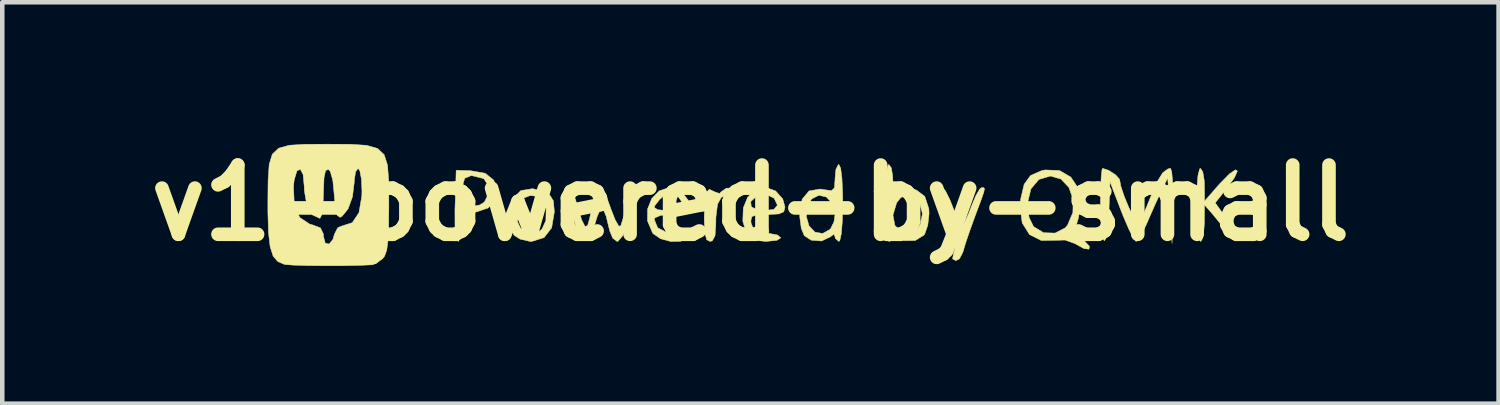
<source format=kicad_pcb>
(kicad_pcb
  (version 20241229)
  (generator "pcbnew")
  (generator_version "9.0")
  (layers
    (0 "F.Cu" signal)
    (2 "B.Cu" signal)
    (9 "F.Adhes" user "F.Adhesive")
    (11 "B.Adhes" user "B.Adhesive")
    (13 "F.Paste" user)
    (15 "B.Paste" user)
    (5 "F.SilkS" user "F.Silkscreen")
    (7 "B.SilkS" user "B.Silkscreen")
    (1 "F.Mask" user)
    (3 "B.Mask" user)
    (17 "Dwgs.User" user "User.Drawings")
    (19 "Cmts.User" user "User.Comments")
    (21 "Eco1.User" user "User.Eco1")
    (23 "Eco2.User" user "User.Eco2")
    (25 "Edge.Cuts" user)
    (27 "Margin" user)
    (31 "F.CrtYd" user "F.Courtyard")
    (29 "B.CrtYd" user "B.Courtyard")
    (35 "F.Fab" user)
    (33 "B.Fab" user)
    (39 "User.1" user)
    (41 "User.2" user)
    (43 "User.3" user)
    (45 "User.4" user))
  (footprint "v1-powered-by-small"
    (layer "F.Cu")
    (at 13.469 1.418)
    (property "Reference" "v1-powered-by-small" (at 0 0 0) (layer "F.SilkS") (effects (font (size 1.524 1.524) (thickness 0.3))))
    (attr through_hole)
    (fp_poly (pts (xy -0.339 -0.256) (xy -0.339 -0.254) (xy -0.409 -0.184) (xy -0.499 -0.169) (xy -0.64 -0.125) (xy -0.723 0.026) (xy -0.759 0.308) (xy -0.762 0.473) (xy -0.779 0.721) (xy -0.838 0.833) (xy -0.889 0.847) (xy -0.961 0.809) (xy -1.001 0.676) (xy -1.015 0.414) (xy -1.016 0.31) (xy -1.006 -0.039) (xy -0.97 -0.237) (xy -0.903 -0.301) (xy -0.798 -0.249) (xy -0.681 -0.208) (xy -0.638 -0.25) (xy -0.53 -0.326) (xy -0.402 -0.328) (xy -0.339 -0.256)) (stroke (width 0.01) (type solid)) (fill yes) (layer "F.SilkS"))
    (fp_poly (pts (xy -4.584 -0.259) (xy -4.413 -0.169) (xy -4.337 -0.046) (xy -4.318 0.173) (xy -4.318 0.209) (xy -4.375 0.547) (xy -4.542 0.762) (xy -4.811 0.846) (xy -4.848 0.847) (xy -5.071 0.795) (xy -5.205 0.709) (xy -5.307 0.497) (xy -5.317 0.225) (xy -5.291 0.127) (xy -5.163 0.127) (xy -5.156 0.353) (xy -5.061 0.553) (xy -4.896 0.668) (xy -4.826 0.677) (xy -4.648 0.621) (xy -4.589 0.576) (xy -4.503 0.388) (xy -4.497 0.13) (xy -4.539 -0.035) (xy -4.657 -0.142) (xy -4.847 -0.163) (xy -5.031 -0.095) (xy -5.063 -0.068) (xy -5.163 0.127) (xy -5.291 0.127) (xy -5.235 -0.089) (xy -5.054 -0.273) (xy -4.793 -0.315) (xy -4.584 -0.259)) (stroke (width 0.01) (type solid)) (fill yes) (layer "F.SilkS"))
    (fp_poly (pts (xy 9.958 -0.687) (xy 9.99 -0.497) (xy 9.994 -0.402) (xy 9.998 -0.042) (xy 10.329 -0.42) (xy 10.545 -0.64) (xy 10.679 -0.731) (xy 10.72 -0.701) (xy 10.654 -0.554) (xy 10.503 -0.344) (xy 10.232 -0.002) (xy 10.507 0.38) (xy 10.646 0.599) (xy 10.718 0.765) (xy 10.715 0.825) (xy 10.629 0.81) (xy 10.513 0.683) (xy 10.511 0.68) (xy 10.349 0.459) (xy 10.184 0.257) (xy 9.996 0.042) (xy 9.993 0.445) (xy 9.976 0.679) (xy 9.934 0.824) (xy 9.906 0.847) (xy 9.866 0.766) (xy 9.837 0.543) (xy 9.823 0.203) (xy 9.821 0.042) (xy 9.83 -0.337) (xy 9.853 -0.61) (xy 9.889 -0.749) (xy 9.906 -0.762) (xy 9.958 -0.687)) (stroke (width 0.01) (type solid)) (fill yes) (layer "F.SilkS"))
    (fp_poly (pts (xy -6.161 -0.71) (xy -5.836 -0.653) (xy -5.648 -0.501) (xy -5.588 -0.254) (xy -5.63 -0.032) (xy -5.776 0.111) (xy -6.057 0.205) (xy -6.075 0.209) (xy -6.263 0.27) (xy -6.338 0.383) (xy -6.35 0.557) (xy -6.373 0.75) (xy -6.428 0.845) (xy -6.438 0.847) (xy -6.481 0.765) (xy -6.503 0.527) (xy -6.504 0.145) (xy -6.501 0.064) (xy -6.491 -0.254) (xy -6.35 -0.254) (xy -6.338 -0.035) (xy -6.282 0.062) (xy -6.158 0.085) (xy -6.155 0.085) (xy -5.956 0.043) (xy -5.859 -0.017) (xy -5.771 -0.189) (xy -5.773 -0.385) (xy -5.861 -0.525) (xy -5.891 -0.541) (xy -6.144 -0.604) (xy -6.289 -0.544) (xy -6.347 -0.347) (xy -6.35 -0.254) (xy -6.491 -0.254) (xy -6.477 -0.72) (xy -6.161 -0.71)) (stroke (width 0.01) (type solid)) (fill yes) (layer "F.SilkS"))
    (fp_poly (pts (xy 5.134 -0.338) (xy 5.153 -0.315) (xy 5.138 -0.238) (xy 5.081 -0.073) (xy 4.975 0.211) (xy 4.943 0.297) (xy 4.828 0.614) (xy 4.734 0.892) (xy 4.681 1.072) (xy 4.679 1.079) (xy 4.603 1.228) (xy 4.522 1.27) (xy 4.45 1.231) (xy 4.476 1.09) (xy 4.486 1.061) (xy 4.515 0.891) (xy 4.479 0.663) (xy 4.371 0.333) (xy 4.357 0.297) (xy 4.24 -0.018) (xy 4.176 -0.207) (xy 4.159 -0.301) (xy 4.181 -0.335) (xy 4.225 -0.339) (xy 4.294 -0.266) (xy 4.388 -0.079) (xy 4.453 0.085) (xy 4.547 0.321) (xy 4.625 0.475) (xy 4.657 0.508) (xy 4.711 0.435) (xy 4.797 0.249) (xy 4.86 0.085) (xy 4.958 -0.152) (xy 5.047 -0.306) (xy 5.089 -0.339) (xy 5.134 -0.338)) (stroke (width 0.01) (type solid)) (fill yes) (layer "F.SilkS"))
    (fp_poly (pts (xy 0.554 -0.265) (xy 0.711 -0.09) (xy 0.762 0.091) (xy 0.735 0.193) (xy 0.628 0.241) (xy 0.396 0.254) (xy 0.375 0.254) (xy 0.139 0.262) (xy 0.031 0.301) (xy 0.01 0.392) (xy 0.015 0.445) (xy 0.069 0.578) (xy 0.214 0.643) (xy 0.36 0.661) (xy 0.595 0.705) (xy 0.669 0.767) (xy 0.584 0.822) (xy 0.343 0.847) (xy 0.342 0.847) (xy 0.082 0.817) (xy -0.062 0.716) (xy -0.082 0.683) (xy -0.167 0.402) (xy -0.157 0.11) (xy -0.1 -0.03) (xy 0.006 -0.03) (xy 0.02 0.086) (xy 0.173 0.159) (xy 0.296 0.169) (xy 0.518 0.141) (xy 0.593 0.051) (xy 0.593 0.045) (xy 0.522 -0.104) (xy 0.356 -0.186) (xy 0.168 -0.169) (xy 0.146 -0.158) (xy 0.006 -0.03) (xy -0.1 -0.03) (xy -0.059 -0.129) (xy 0.019 -0.207) (xy 0.214 -0.307) (xy 0.351 -0.339) (xy 0.554 -0.265)) (stroke (width 0.01) (type solid)) (fill yes) (layer "F.SilkS"))
    (fp_poly (pts (xy -1.575 -0.279) (xy -1.506 -0.233) (xy -1.373 -0.066) (xy -1.315 0.064) (xy -1.294 0.176) (xy -1.343 0.232) (xy -1.498 0.252) (xy -1.688 0.254) (xy -1.973 0.272) (xy -2.104 0.328) (xy -2.117 0.364) (xy -2.041 0.546) (xy -1.833 0.654) (xy -1.629 0.677) (xy -1.446 0.698) (xy -1.393 0.754) (xy -1.397 0.762) (xy -1.534 0.843) (xy -1.749 0.849) (xy -1.975 0.789) (xy -2.143 0.674) (xy -2.154 0.658) (xy -2.266 0.395) (xy -2.264 0.133) (xy -2.25 0.098) (xy -2.117 0.098) (xy -2.045 0.147) (xy -1.876 0.167) (xy -1.68 0.159) (xy -1.526 0.122) (xy -1.486 0.091) (xy -1.503 -0.014) (xy -1.599 -0.15) (xy -1.717 -0.244) (xy -1.756 -0.254) (xy -1.864 -0.197) (xy -2.002 -0.072) (xy -2.102 0.056) (xy -2.117 0.098) (xy -2.25 0.098) (xy -2.171 -0.098) (xy -2.009 -0.265) (xy -1.803 -0.336) (xy -1.575 -0.279)) (stroke (width 0.01) (type solid)) (fill yes) (layer "F.SilkS"))
    (fp_poly (pts (xy 1.987 -0.766) (xy 2.015 -0.541) (xy 2.03 -0.195) (xy 2.032 0) (xy 2.024 0.393) (xy 2.001 0.678) (xy 1.967 0.829) (xy 1.947 0.847) (xy 1.868 0.78) (xy 1.863 0.745) (xy 1.838 0.686) (xy 1.761 0.745) (xy 1.566 0.837) (xy 1.338 0.819) (xy 1.186 0.72) (xy 1.12 0.559) (xy 1.087 0.313) (xy 1.087 0.294) (xy 1.23 0.294) (xy 1.29 0.504) (xy 1.42 0.641) (xy 1.59 0.672) (xy 1.761 0.576) (xy 1.839 0.417) (xy 1.863 0.254) (xy 1.809 0.018) (xy 1.676 -0.129) (xy 1.509 -0.17) (xy 1.35 -0.09) (xy 1.27 0.042) (xy 1.23 0.294) (xy 1.087 0.294) (xy 1.086 0.236) (xy 1.14 -0.083) (xy 1.291 -0.265) (xy 1.537 -0.307) (xy 1.628 -0.292) (xy 1.784 -0.271) (xy 1.849 -0.331) (xy 1.863 -0.513) (xy 1.863 -0.544) (xy 1.883 -0.742) (xy 1.935 -0.843) (xy 1.947 -0.847) (xy 1.987 -0.766)) (stroke (width 0.01) (type solid)) (fill yes) (layer "F.SilkS"))
    (fp_poly (pts (xy 3.103 -0.772) (xy 3.132 -0.588) (xy 3.133 -0.544) (xy 3.143 -0.345) (xy 3.2 -0.273) (xy 3.343 -0.287) (xy 3.367 -0.292) (xy 3.647 -0.289) (xy 3.838 -0.146) (xy 3.928 0.126) (xy 3.933 0.235) (xy 3.905 0.488) (xy 3.837 0.684) (xy 3.819 0.709) (xy 3.629 0.826) (xy 3.398 0.831) (xy 3.234 0.745) (xy 3.15 0.686) (xy 3.133 0.745) (xy 3.077 0.84) (xy 3.048 0.847) (xy 3.009 0.766) (xy 2.98 0.541) (xy 2.968 0.265) (xy 3.138 0.265) (xy 3.18 0.494) (xy 3.329 0.643) (xy 3.49 0.677) (xy 3.636 0.607) (xy 3.741 0.466) (xy 3.787 0.237) (xy 3.736 0.035) (xy 3.618 -0.111) (xy 3.466 -0.172) (xy 3.311 -0.12) (xy 3.22 -0.006) (xy 3.138 0.265) (xy 2.968 0.265) (xy 2.965 0.195) (xy 2.963 0) (xy 2.971 -0.393) (xy 2.994 -0.678) (xy 3.028 -0.829) (xy 3.048 -0.847) (xy 3.103 -0.772)) (stroke (width 0.01) (type solid)) (fill yes) (layer "F.SilkS"))
    (fp_poly (pts (xy 6.802 -0.715) (xy 7.053 -0.57) (xy 7.219 -0.322) (xy 7.279 -0.004) (xy 7.215 0.356) (xy 7.207 0.376) (xy 7.154 0.561) (xy 7.194 0.687) (xy 7.343 0.825) (xy 7.463 0.954) (xy 7.453 1.017) (xy 7.342 1.004) (xy 7.16 0.904) (xy 7.149 0.896) (xy 6.926 0.816) (xy 6.755 0.821) (xy 6.404 0.826) (xy 6.143 0.695) (xy 5.983 0.439) (xy 5.937 0.076) (xy 6.096 0.076) (xy 6.136 0.323) (xy 6.232 0.518) (xy 6.236 0.522) (xy 6.454 0.655) (xy 6.707 0.663) (xy 6.928 0.549) (xy 6.98 0.489) (xy 7.099 0.21) (xy 7.104 -0.081) (xy 7.011 -0.342) (xy 6.835 -0.527) (xy 6.604 -0.593) (xy 6.35 -0.518) (xy 6.175 -0.309) (xy 6.098 0.007) (xy 6.096 0.076) (xy 5.937 0.076) (xy 5.937 0.073) (xy 5.95 -0.09) (xy 6.026 -0.411) (xy 6.167 -0.605) (xy 6.407 -0.71) (xy 6.486 -0.727) (xy 6.802 -0.715)) (stroke (width 0.01) (type solid)) (fill yes) (layer "F.SilkS"))
    (fp_poly (pts (xy 7.888 -0.718) (xy 8.038 -0.62) (xy 8.125 -0.523) (xy 8.128 -0.508) (xy 8.157 -0.359) (xy 8.23 -0.143) (xy 8.327 0.092) (xy 8.427 0.3) (xy 8.509 0.432) (xy 8.547 0.452) (xy 8.609 0.341) (xy 8.707 0.121) (xy 8.808 -0.127) (xy 8.953 -0.465) (xy 9.076 -0.665) (xy 9.194 -0.751) (xy 9.25 -0.761) (xy 9.275 -0.683) (xy 9.293 -0.472) (xy 9.299 -0.164) (xy 9.298 0.064) (xy 9.282 0.889) (xy 9.234 0.169) (xy 9.186 -0.55) (xy 9.042 -0.254) (xy 8.919 0.01) (xy 8.78 0.326) (xy 8.729 0.445) (xy 8.621 0.672) (xy 8.528 0.818) (xy 8.491 0.847) (xy 8.43 0.773) (xy 8.331 0.578) (xy 8.21 0.297) (xy 8.168 0.191) (xy 7.916 -0.466) (xy 7.892 0.191) (xy 7.866 0.566) (xy 7.829 0.778) (xy 7.788 0.833) (xy 7.749 0.737) (xy 7.719 0.494) (xy 7.705 0.11) (xy 7.705 0.042) (xy 7.709 -0.303) (xy 7.722 -0.575) (xy 7.74 -0.735) (xy 7.753 -0.762) (xy 7.888 -0.718)) (stroke (width 0.01) (type solid)) (fill yes) (layer "F.SilkS"))
    (fp_poly (pts (xy -3.928 -0.264) (xy -3.85 -0.075) (xy -3.809 0.064) (xy -3.715 0.371) (xy -3.642 0.515) (xy -3.584 0.499) (xy -3.536 0.327) (xy -3.527 0.278) (xy -3.463 0.02) (xy -3.372 -0.186) (xy -3.358 -0.207) (xy -3.29 -0.281) (xy -3.233 -0.266) (xy -3.167 -0.137) (xy -3.072 0.128) (xy -3.07 0.134) (xy -2.975 0.375) (xy -2.898 0.508) (xy -2.856 0.508) (xy -2.807 0.353) (xy -2.734 0.11) (xy -2.702 0) (xy -2.633 -0.212) (xy -2.59 -0.273) (xy -2.561 -0.197) (xy -2.559 -0.185) (xy -2.567 0.009) (xy -2.625 0.261) (xy -2.715 0.519) (xy -2.818 0.73) (xy -2.913 0.841) (xy -2.936 0.847) (xy -3.031 0.774) (xy -3.097 0.614) (xy -3.175 0.294) (xy -3.24 0.137) (xy -3.302 0.139) (xy -3.372 0.296) (xy -3.43 0.487) (xy -3.523 0.711) (xy -3.632 0.826) (xy -3.73 0.811) (xy -3.767 0.748) (xy -3.828 0.565) (xy -3.905 0.314) (xy -3.981 0.053) (xy -4.039 -0.162) (xy -4.063 -0.274) (xy -4.063 -0.275) (xy -4.001 -0.338) (xy -3.99 -0.339) (xy -3.928 -0.264)) (stroke (width 0.01) (type solid)) (fill yes) (layer "F.SilkS"))
    (fp_poly (pts (xy -8.812 -1.292) (xy -8.45 -1.269) (xy -8.208 -1.2) (xy -8.062 -1.062) (xy -7.988 -0.83) (xy -7.962 -0.481) (xy -7.959 0.01) (xy -7.959 0.049) (xy -7.963 0.512) (xy -7.978 0.833) (xy -8.007 1.044) (xy -8.054 1.172) (xy -8.092 1.222) (xy -8.241 1.332) (xy -8.325 1.361) (xy -8.622 1.374) (xy -8.987 1.381) (xy -9.377 1.382) (xy -9.744 1.378) (xy -10.045 1.369) (xy -10.234 1.356) (xy -10.261 1.351) (xy -10.405 1.289) (xy -10.507 1.168) (xy -10.573 0.961) (xy -10.609 0.645) (xy -10.622 0.195) (xy -10.622 -0.03) (xy -10.619 -0.369) (xy -10.058 -0.369) (xy -10.041 0.04) (xy -9.921 0.32) (xy -9.699 0.467) (xy -9.653 0.478) (xy -9.466 0.547) (xy -9.401 0.681) (xy -9.398 0.737) (xy -9.359 0.886) (xy -9.272 0.903) (xy -9.188 0.798) (xy -9.159 0.692) (xy -9.085 0.546) (xy -8.997 0.508) (xy -8.765 0.434) (xy -8.617 0.214) (xy -8.554 -0.152) (xy -8.551 -0.267) (xy -8.564 -0.532) (xy -8.599 -0.712) (xy -8.636 -0.762) (xy -8.691 -0.687) (xy -8.72 -0.502) (xy -8.722 -0.445) (xy -8.76 -0.136) (xy -8.856 0.128) (xy -8.989 0.293) (xy -9.034 0.316) (xy -9.099 0.27) (xy -9.142 0.072) (xy -9.161 -0.178) (xy -9.193 -0.5) (xy -9.249 -0.695) (xy -9.292 -0.741) (xy -9.353 -0.711) (xy -9.386 -0.555) (xy -9.398 -0.254) (xy -9.398 -0.219) (xy -9.409 0.064) (xy -9.437 0.264) (xy -9.477 0.339) (xy -9.645 0.261) (xy -9.765 0.047) (xy -9.819 -0.272) (xy -9.821 -0.352) (xy -9.847 -0.626) (xy -9.909 -0.744) (xy -9.983 -0.705) (xy -10.043 -0.506) (xy -10.058 -0.369) (xy -10.619 -0.369) (xy -10.617 -0.51) (xy -10.593 -0.851) (xy -10.524 -1.075) (xy -10.385 -1.206) (xy -10.15 -1.271) (xy -9.796 -1.292) (xy -9.32 -1.294) (xy -8.812 -1.292)) (stroke (width 0.01) (type solid)) (fill yes) (layer "F.SilkS")))
  (gr_rect
    (start -3 -3)
    (end 29.939 5.836)
    (stroke (width 0.1) (type default))
    (fill no)
    (layer "Edge.Cuts")))
</source>
